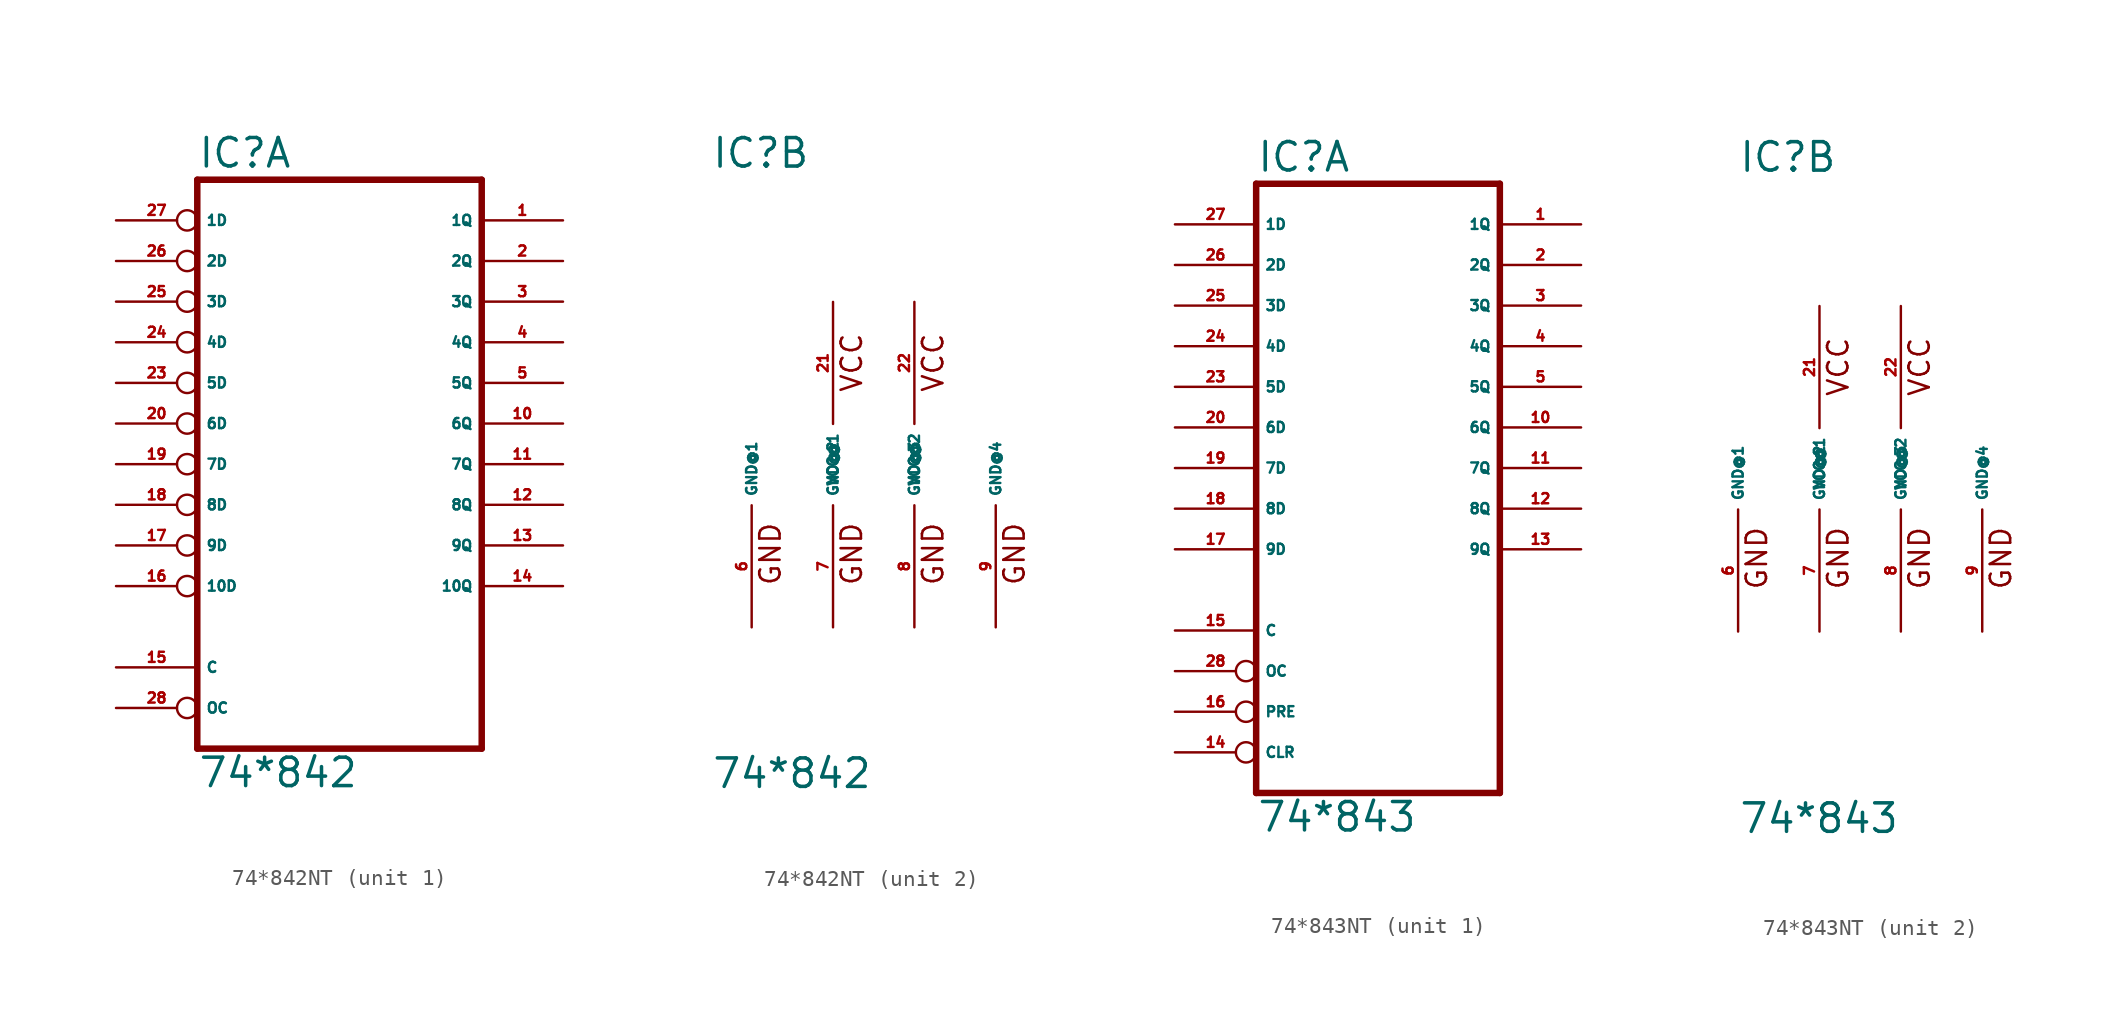
<source format=kicad_sym>
(kicad_symbol_lib
  (version 20220914)
  (generator Eagle2Kicad)
  (symbol "74*842NT"
    (property "Reference" "IC"
      (at -10.16 18.415 0)
      (effects (font (size 1.778 1.778) (thickness 0.22)) (justify left bottom)))
    (property "Value" "74*842"
      (at -10.16 -20.32 0)
      (effects (font (size 1.778 1.778) (thickness 0.22)) (justify left bottom)))
    (symbol "74*842NT_1_0"
      (polyline (pts (xy -10.16 -17.78) (xy 7.62 -17.78)) (stroke (width 0.406) (type default)) (fill (type none)))
      (polyline (pts (xy 7.62 -17.78) (xy 7.62 17.78)) (stroke (width 0.406) (type default)) (fill (type none)))
      (polyline (pts (xy 7.62 17.78) (xy -10.16 17.78)) (stroke (width 0.406) (type default)) (fill (type none)))
      (polyline (pts (xy -10.16 17.78) (xy -10.16 -17.78)) (stroke (width 0.406) (type default)) (fill (type none)))
      (pin input inverted (at -15.24 -15.24 0) (length 5.08) (name "OC" (effects (font (size 0.635 0.635) (thickness 0.08)) (justify left bottom))) (number "28" (effects (font (size 0.635 0.635) (thickness 0.08)) (justify left bottom))))
      (pin input inverted (at -15.24 15.24 0) (length 5.08) (name "1D" (effects (font (size 0.635 0.635) (thickness 0.08)) (justify left bottom))) (number "27" (effects (font (size 0.635 0.635) (thickness 0.08)) (justify left bottom))))
      (pin input inverted (at -15.24 12.7 0) (length 5.08) (name "2D" (effects (font (size 0.635 0.635) (thickness 0.08)) (justify left bottom))) (number "26" (effects (font (size 0.635 0.635) (thickness 0.08)) (justify left bottom))))
      (pin input inverted (at -15.24 10.16 0) (length 5.08) (name "3D" (effects (font (size 0.635 0.635) (thickness 0.08)) (justify left bottom))) (number "25" (effects (font (size 0.635 0.635) (thickness 0.08)) (justify left bottom))))
      (pin input inverted (at -15.24 7.62 0) (length 5.08) (name "4D" (effects (font (size 0.635 0.635) (thickness 0.08)) (justify left bottom))) (number "24" (effects (font (size 0.635 0.635) (thickness 0.08)) (justify left bottom))))
      (pin input inverted (at -15.24 5.08 0) (length 5.08) (name "5D" (effects (font (size 0.635 0.635) (thickness 0.08)) (justify left bottom))) (number "23" (effects (font (size 0.635 0.635) (thickness 0.08)) (justify left bottom))))
      (pin input inverted (at -15.24 2.54 0) (length 5.08) (name "6D" (effects (font (size 0.635 0.635) (thickness 0.08)) (justify left bottom))) (number "20" (effects (font (size 0.635 0.635) (thickness 0.08)) (justify left bottom))))
      (pin input inverted (at -15.24 0 0) (length 5.08) (name "7D" (effects (font (size 0.635 0.635) (thickness 0.08)) (justify left bottom))) (number "19" (effects (font (size 0.635 0.635) (thickness 0.08)) (justify left bottom))))
      (pin input inverted (at -15.24 -2.54 0) (length 5.08) (name "8D" (effects (font (size 0.635 0.635) (thickness 0.08)) (justify left bottom))) (number "18" (effects (font (size 0.635 0.635) (thickness 0.08)) (justify left bottom))))
      (pin input inverted (at -15.24 -5.08 0) (length 5.08) (name "9D" (effects (font (size 0.635 0.635) (thickness 0.08)) (justify left bottom))) (number "17" (effects (font (size 0.635 0.635) (thickness 0.08)) (justify left bottom))))
      (pin input inverted (at -15.24 -7.62 0) (length 5.08) (name "10D" (effects (font (size 0.635 0.635) (thickness 0.08)) (justify left bottom))) (number "16" (effects (font (size 0.635 0.635) (thickness 0.08)) (justify left bottom))))
      (pin input line (at -15.24 -12.7 0) (length 5.08) (name "C" (effects (font (size 0.635 0.635) (thickness 0.08)) (justify left bottom))) (number "15" (effects (font (size 0.635 0.635) (thickness 0.08)) (justify left bottom))))
      (pin tri_state line (at 12.7 -7.62 180) (length 5.08) (name "10Q" (effects (font (size 0.635 0.635) (thickness 0.08)) (justify left bottom))) (number "14" (effects (font (size 0.635 0.635) (thickness 0.08)) (justify left bottom))))
      (pin tri_state line (at 12.7 -5.08 180) (length 5.08) (name "9Q" (effects (font (size 0.635 0.635) (thickness 0.08)) (justify left bottom))) (number "13" (effects (font (size 0.635 0.635) (thickness 0.08)) (justify left bottom))))
      (pin tri_state line (at 12.7 -2.54 180) (length 5.08) (name "8Q" (effects (font (size 0.635 0.635) (thickness 0.08)) (justify left bottom))) (number "12" (effects (font (size 0.635 0.635) (thickness 0.08)) (justify left bottom))))
      (pin tri_state line (at 12.7 0 180) (length 5.08) (name "7Q" (effects (font (size 0.635 0.635) (thickness 0.08)) (justify left bottom))) (number "11" (effects (font (size 0.635 0.635) (thickness 0.08)) (justify left bottom))))
      (pin tri_state line (at 12.7 2.54 180) (length 5.08) (name "6Q" (effects (font (size 0.635 0.635) (thickness 0.08)) (justify left bottom))) (number "10" (effects (font (size 0.635 0.635) (thickness 0.08)) (justify left bottom))))
      (pin tri_state line (at 12.7 5.08 180) (length 5.08) (name "5Q" (effects (font (size 0.635 0.635) (thickness 0.08)) (justify left bottom))) (number "5" (effects (font (size 0.635 0.635) (thickness 0.08)) (justify left bottom))))
      (pin tri_state line (at 12.7 7.62 180) (length 5.08) (name "4Q" (effects (font (size 0.635 0.635) (thickness 0.08)) (justify left bottom))) (number "4" (effects (font (size 0.635 0.635) (thickness 0.08)) (justify left bottom))))
      (pin tri_state line (at 12.7 10.16 180) (length 5.08) (name "3Q" (effects (font (size 0.635 0.635) (thickness 0.08)) (justify left bottom))) (number "3" (effects (font (size 0.635 0.635) (thickness 0.08)) (justify left bottom))))
      (pin tri_state line (at 12.7 12.7 180) (length 5.08) (name "2Q" (effects (font (size 0.635 0.635) (thickness 0.08)) (justify left bottom))) (number "2" (effects (font (size 0.635 0.635) (thickness 0.08)) (justify left bottom))))
      (pin tri_state line (at 12.7 15.24 180) (length 5.08) (name "1Q" (effects (font (size 0.635 0.635) (thickness 0.08)) (justify left bottom))) (number "1" (effects (font (size 0.635 0.635) (thickness 0.08)) (justify left bottom)))))
    (symbol "74*842NT_2_0"
      (text "VCC" (at -0.635 4.445 900) (effects (font (size 1.27 1.27) (thickness 0.16)) (justify left bottom)))
      (text "VCC" (at 4.445 4.445 900) (effects (font (size 1.27 1.27) (thickness 0.16)) (justify left bottom)))
      (text "GND" (at -5.715 -7.62 900) (effects (font (size 1.27 1.27) (thickness 0.16)) (justify left bottom)))
      (text "GND" (at -0.635 -7.62 900) (effects (font (size 1.27 1.27) (thickness 0.16)) (justify left bottom)))
      (text "GND" (at 4.445 -7.62 900) (effects (font (size 1.27 1.27) (thickness 0.16)) (justify left bottom)))
      (text "GND" (at 9.525 -7.62 900) (effects (font (size 1.27 1.27) (thickness 0.16)) (justify left bottom)))
      (pin unspecified line (at -7.62 -10.16 90) (length 7.62) (name "GND@1" (effects (font (size 0.635 0.635) (thickness 0.08)) (justify left bottom))) (number "6" (effects (font (size 0.635 0.635) (thickness 0.08)) (justify left bottom))))
      (pin unspecified line (at -2.54 -10.16 90) (length 7.62) (name "GND@2" (effects (font (size 0.635 0.635) (thickness 0.08)) (justify left bottom))) (number "7" (effects (font (size 0.635 0.635) (thickness 0.08)) (justify left bottom))))
      (pin unspecified line (at 2.54 -10.16 90) (length 7.62) (name "GND@3" (effects (font (size 0.635 0.635) (thickness 0.08)) (justify left bottom))) (number "8" (effects (font (size 0.635 0.635) (thickness 0.08)) (justify left bottom))))
      (pin unspecified line (at 7.62 -10.16 90) (length 7.62) (name "GND@4" (effects (font (size 0.635 0.635) (thickness 0.08)) (justify left bottom))) (number "9" (effects (font (size 0.635 0.635) (thickness 0.08)) (justify left bottom))))
      (pin unspecified line (at -2.54 10.16 270) (length 7.62) (name "VCC@1" (effects (font (size 0.635 0.635) (thickness 0.08)) (justify left bottom))) (number "21" (effects (font (size 0.635 0.635) (thickness 0.08)) (justify left bottom))))
      (pin unspecified line (at 2.54 10.16 270) (length 7.62) (name "VCC@2" (effects (font (size 0.635 0.635) (thickness 0.08)) (justify left bottom))) (number "22" (effects (font (size 0.635 0.635) (thickness 0.08)) (justify left bottom))))))
  (symbol "74*843NT"
    (property "Reference" "IC"
      (at -7.62 18.415 0)
      (effects (font (size 1.778 1.778) (thickness 0.22)) (justify left bottom)))
    (property "Value" "74*843"
      (at -7.62 -22.86 0)
      (effects (font (size 1.778 1.778) (thickness 0.22)) (justify left bottom)))
    (symbol "74*843NT_1_0"
      (polyline (pts (xy -7.62 -20.32) (xy 7.62 -20.32)) (stroke (width 0.406) (type default)) (fill (type none)))
      (polyline (pts (xy 7.62 -20.32) (xy 7.62 17.78)) (stroke (width 0.406) (type default)) (fill (type none)))
      (polyline (pts (xy 7.62 17.78) (xy -7.62 17.78)) (stroke (width 0.406) (type default)) (fill (type none)))
      (polyline (pts (xy -7.62 17.78) (xy -7.62 -20.32)) (stroke (width 0.406) (type default)) (fill (type none)))
      (pin input inverted (at -12.7 -12.7 0) (length 5.08) (name "OC" (effects (font (size 0.635 0.635) (thickness 0.08)) (justify left bottom))) (number "28" (effects (font (size 0.635 0.635) (thickness 0.08)) (justify left bottom))))
      (pin input line (at -12.7 15.24 0) (length 5.08) (name "1D" (effects (font (size 0.635 0.635) (thickness 0.08)) (justify left bottom))) (number "27" (effects (font (size 0.635 0.635) (thickness 0.08)) (justify left bottom))))
      (pin input line (at -12.7 12.7 0) (length 5.08) (name "2D" (effects (font (size 0.635 0.635) (thickness 0.08)) (justify left bottom))) (number "26" (effects (font (size 0.635 0.635) (thickness 0.08)) (justify left bottom))))
      (pin input line (at -12.7 10.16 0) (length 5.08) (name "3D" (effects (font (size 0.635 0.635) (thickness 0.08)) (justify left bottom))) (number "25" (effects (font (size 0.635 0.635) (thickness 0.08)) (justify left bottom))))
      (pin input line (at -12.7 7.62 0) (length 5.08) (name "4D" (effects (font (size 0.635 0.635) (thickness 0.08)) (justify left bottom))) (number "24" (effects (font (size 0.635 0.635) (thickness 0.08)) (justify left bottom))))
      (pin input line (at -12.7 5.08 0) (length 5.08) (name "5D" (effects (font (size 0.635 0.635) (thickness 0.08)) (justify left bottom))) (number "23" (effects (font (size 0.635 0.635) (thickness 0.08)) (justify left bottom))))
      (pin input line (at -12.7 2.54 0) (length 5.08) (name "6D" (effects (font (size 0.635 0.635) (thickness 0.08)) (justify left bottom))) (number "20" (effects (font (size 0.635 0.635) (thickness 0.08)) (justify left bottom))))
      (pin input line (at -12.7 0 0) (length 5.08) (name "7D" (effects (font (size 0.635 0.635) (thickness 0.08)) (justify left bottom))) (number "19" (effects (font (size 0.635 0.635) (thickness 0.08)) (justify left bottom))))
      (pin input line (at -12.7 -2.54 0) (length 5.08) (name "8D" (effects (font (size 0.635 0.635) (thickness 0.08)) (justify left bottom))) (number "18" (effects (font (size 0.635 0.635) (thickness 0.08)) (justify left bottom))))
      (pin input line (at -12.7 -5.08 0) (length 5.08) (name "9D" (effects (font (size 0.635 0.635) (thickness 0.08)) (justify left bottom))) (number "17" (effects (font (size 0.635 0.635) (thickness 0.08)) (justify left bottom))))
      (pin input inverted (at -12.7 -17.78 0) (length 5.08) (name "CLR" (effects (font (size 0.635 0.635) (thickness 0.08)) (justify left bottom))) (number "14" (effects (font (size 0.635 0.635) (thickness 0.08)) (justify left bottom))))
      (pin input line (at -12.7 -10.16 0) (length 5.08) (name "C" (effects (font (size 0.635 0.635) (thickness 0.08)) (justify left bottom))) (number "15" (effects (font (size 0.635 0.635) (thickness 0.08)) (justify left bottom))))
      (pin input inverted (at -12.7 -15.24 0) (length 5.08) (name "PRE" (effects (font (size 0.635 0.635) (thickness 0.08)) (justify left bottom))) (number "16" (effects (font (size 0.635 0.635) (thickness 0.08)) (justify left bottom))))
      (pin tri_state line (at 12.7 -5.08 180) (length 5.08) (name "9Q" (effects (font (size 0.635 0.635) (thickness 0.08)) (justify left bottom))) (number "13" (effects (font (size 0.635 0.635) (thickness 0.08)) (justify left bottom))))
      (pin tri_state line (at 12.7 -2.54 180) (length 5.08) (name "8Q" (effects (font (size 0.635 0.635) (thickness 0.08)) (justify left bottom))) (number "12" (effects (font (size 0.635 0.635) (thickness 0.08)) (justify left bottom))))
      (pin tri_state line (at 12.7 0 180) (length 5.08) (name "7Q" (effects (font (size 0.635 0.635) (thickness 0.08)) (justify left bottom))) (number "11" (effects (font (size 0.635 0.635) (thickness 0.08)) (justify left bottom))))
      (pin tri_state line (at 12.7 2.54 180) (length 5.08) (name "6Q" (effects (font (size 0.635 0.635) (thickness 0.08)) (justify left bottom))) (number "10" (effects (font (size 0.635 0.635) (thickness 0.08)) (justify left bottom))))
      (pin tri_state line (at 12.7 5.08 180) (length 5.08) (name "5Q" (effects (font (size 0.635 0.635) (thickness 0.08)) (justify left bottom))) (number "5" (effects (font (size 0.635 0.635) (thickness 0.08)) (justify left bottom))))
      (pin tri_state line (at 12.7 7.62 180) (length 5.08) (name "4Q" (effects (font (size 0.635 0.635) (thickness 0.08)) (justify left bottom))) (number "4" (effects (font (size 0.635 0.635) (thickness 0.08)) (justify left bottom))))
      (pin tri_state line (at 12.7 10.16 180) (length 5.08) (name "3Q" (effects (font (size 0.635 0.635) (thickness 0.08)) (justify left bottom))) (number "3" (effects (font (size 0.635 0.635) (thickness 0.08)) (justify left bottom))))
      (pin tri_state line (at 12.7 12.7 180) (length 5.08) (name "2Q" (effects (font (size 0.635 0.635) (thickness 0.08)) (justify left bottom))) (number "2" (effects (font (size 0.635 0.635) (thickness 0.08)) (justify left bottom))))
      (pin tri_state line (at 12.7 15.24 180) (length 5.08) (name "1Q" (effects (font (size 0.635 0.635) (thickness 0.08)) (justify left bottom))) (number "1" (effects (font (size 0.635 0.635) (thickness 0.08)) (justify left bottom)))))
    (symbol "74*843NT_2_0"
      (text "VCC" (at -0.635 4.445 900) (effects (font (size 1.27 1.27) (thickness 0.16)) (justify left bottom)))
      (text "VCC" (at 4.445 4.445 900) (effects (font (size 1.27 1.27) (thickness 0.16)) (justify left bottom)))
      (text "GND" (at -5.715 -7.62 900) (effects (font (size 1.27 1.27) (thickness 0.16)) (justify left bottom)))
      (text "GND" (at -0.635 -7.62 900) (effects (font (size 1.27 1.27) (thickness 0.16)) (justify left bottom)))
      (text "GND" (at 4.445 -7.62 900) (effects (font (size 1.27 1.27) (thickness 0.16)) (justify left bottom)))
      (text "GND" (at 9.525 -7.62 900) (effects (font (size 1.27 1.27) (thickness 0.16)) (justify left bottom)))
      (pin unspecified line (at -7.62 -10.16 90) (length 7.62) (name "GND@1" (effects (font (size 0.635 0.635) (thickness 0.08)) (justify left bottom))) (number "6" (effects (font (size 0.635 0.635) (thickness 0.08)) (justify left bottom))))
      (pin unspecified line (at -2.54 -10.16 90) (length 7.62) (name "GND@2" (effects (font (size 0.635 0.635) (thickness 0.08)) (justify left bottom))) (number "7" (effects (font (size 0.635 0.635) (thickness 0.08)) (justify left bottom))))
      (pin unspecified line (at 2.54 -10.16 90) (length 7.62) (name "GND@3" (effects (font (size 0.635 0.635) (thickness 0.08)) (justify left bottom))) (number "8" (effects (font (size 0.635 0.635) (thickness 0.08)) (justify left bottom))))
      (pin unspecified line (at 7.62 -10.16 90) (length 7.62) (name "GND@4" (effects (font (size 0.635 0.635) (thickness 0.08)) (justify left bottom))) (number "9" (effects (font (size 0.635 0.635) (thickness 0.08)) (justify left bottom))))
      (pin unspecified line (at -2.54 10.16 270) (length 7.62) (name "VCC@1" (effects (font (size 0.635 0.635) (thickness 0.08)) (justify left bottom))) (number "21" (effects (font (size 0.635 0.635) (thickness 0.08)) (justify left bottom))))
      (pin unspecified line (at 2.54 10.16 270) (length 7.62) (name "VCC@2" (effects (font (size 0.635 0.635) (thickness 0.08)) (justify left bottom))) (number "22" (effects (font (size 0.635 0.635) (thickness 0.08)) (justify left bottom)))))))
</source>
